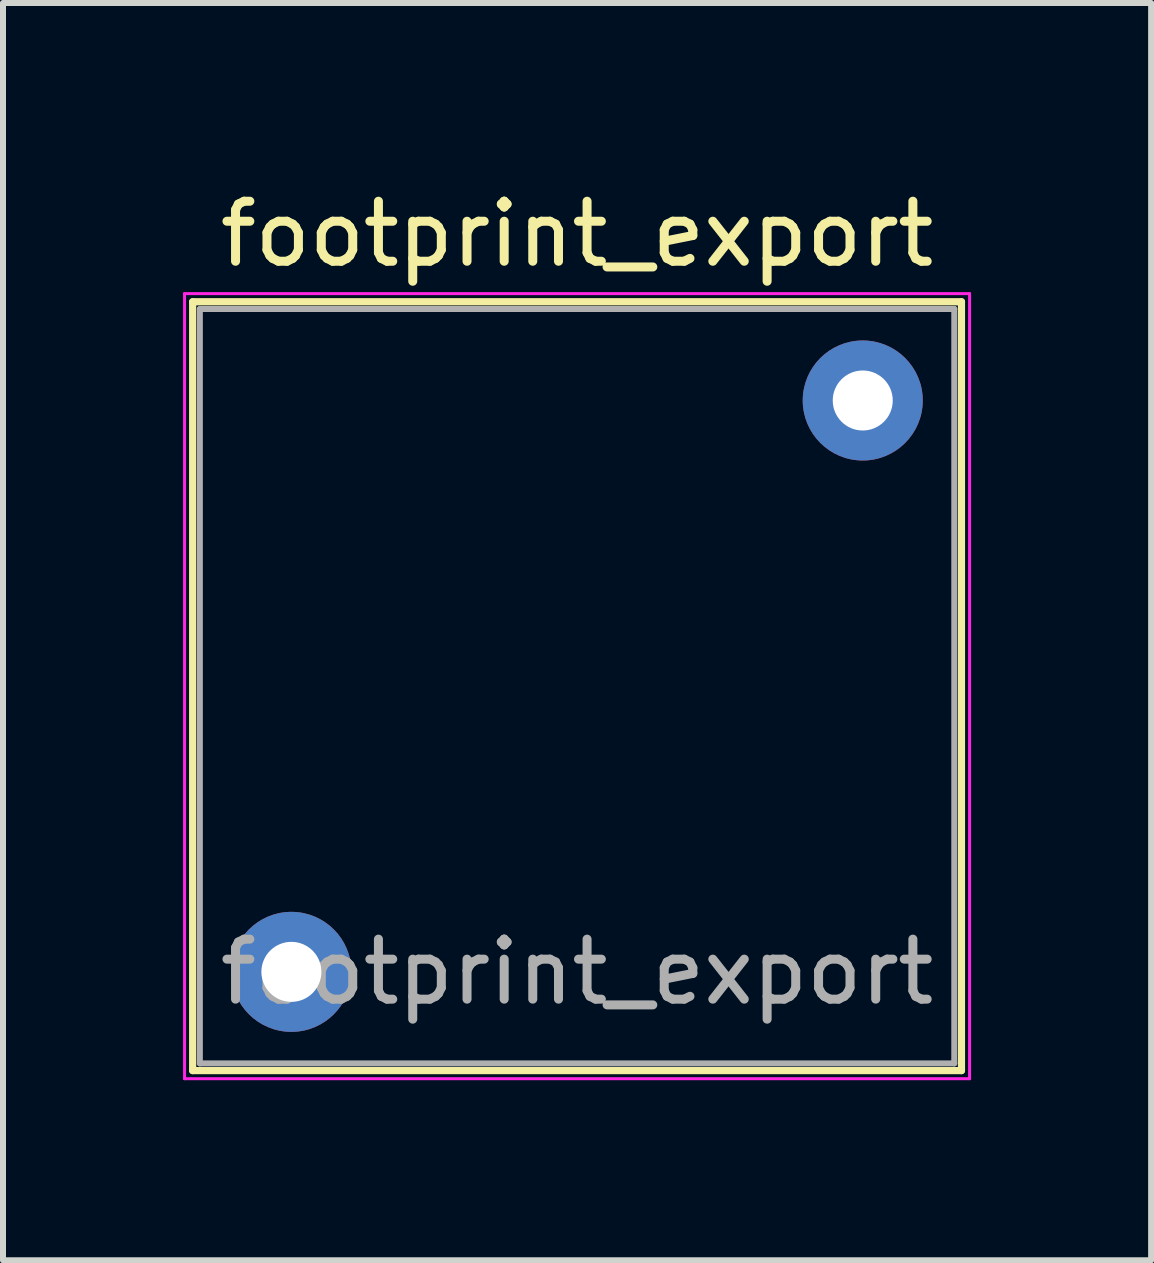
<source format=kicad_pcb>
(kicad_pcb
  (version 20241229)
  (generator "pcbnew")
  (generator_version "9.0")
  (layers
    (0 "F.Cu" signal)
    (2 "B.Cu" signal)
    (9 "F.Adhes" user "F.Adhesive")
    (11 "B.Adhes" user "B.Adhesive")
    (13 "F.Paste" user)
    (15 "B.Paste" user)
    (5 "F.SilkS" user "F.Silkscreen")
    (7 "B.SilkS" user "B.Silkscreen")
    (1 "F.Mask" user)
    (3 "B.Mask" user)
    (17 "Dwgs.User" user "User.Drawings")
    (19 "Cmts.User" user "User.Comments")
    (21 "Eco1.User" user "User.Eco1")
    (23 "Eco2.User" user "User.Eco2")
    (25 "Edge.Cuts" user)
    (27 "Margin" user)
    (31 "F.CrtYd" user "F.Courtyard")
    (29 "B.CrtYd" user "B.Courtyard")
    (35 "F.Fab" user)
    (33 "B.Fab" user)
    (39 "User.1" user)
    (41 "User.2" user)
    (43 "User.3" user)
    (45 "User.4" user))
  (footprint "footprint_export"
    (layer "F.Cu")
    (at 1.805 13.143)
    (property "Reference" "footprint_export" (at 4.76 -12.295 0) (layer "F.SilkS") (effects (font (size 1 1) (thickness 0.15))))
    (attr through_hole)
    (fp_line (start -1.645 -11.165) (end -1.645 1.645) (stroke (width 0.12) (type solid)) (layer "F.SilkS"))
    (fp_line (start -1.645 -11.165) (end 11.165 -11.165) (stroke (width 0.12) (type solid)) (layer "F.SilkS"))
    (fp_line (start -1.645 1.645) (end 11.165 1.645) (stroke (width 0.12) (type solid)) (layer "F.SilkS"))
    (fp_line (start 11.165 -11.165) (end 11.165 1.645) (stroke (width 0.12) (type solid)) (layer "F.SilkS"))
    (fp_line (start -1.78 -11.3) (end -1.78 1.78) (stroke (width 0.05) (type solid)) (layer "F.CrtYd"))
    (fp_line (start -1.78 1.78) (end 11.3 1.78) (stroke (width 0.05) (type solid)) (layer "F.CrtYd"))
    (fp_line (start 11.3 -11.3) (end -1.78 -11.3) (stroke (width 0.05) (type solid)) (layer "F.CrtYd"))
    (fp_line (start 11.3 1.78) (end 11.3 -11.3) (stroke (width 0.05) (type solid)) (layer "F.CrtYd"))
    (fp_line (start -1.525 -11.045) (end -1.525 1.525) (stroke (width 0.1) (type solid)) (layer "F.Fab"))
    (fp_line (start -1.525 1.525) (end 11.045 1.525) (stroke (width 0.1) (type solid)) (layer "F.Fab"))
    (fp_line (start 11.045 -11.045) (end -1.525 -11.045) (stroke (width 0.1) (type solid)) (layer "F.Fab"))
    (fp_line (start 11.045 1.525) (end 11.045 -11.045) (stroke (width 0.1) (type solid)) (layer "F.Fab"))
    (fp_text user "${REFERENCE}" (at 4.76 0 0) (layer "F.Fab") (effects (font (size 1 1) (thickness 0.15))))
    (pad "1" thru_hole circle (at 0 0) (size 2 2) (drill 1) (layers "*.Cu" "*.Mask"))
    (pad "2" thru_hole circle (at 9.52 -9.52) (size 2 2) (drill 1) (layers "*.Cu" "*.Mask")))
  (gr_rect
    (start -3 -3)
    (end 16.13 17.948)
    (stroke (width 0.1) (type default))
    (fill no)
    (layer "Edge.Cuts")))
</source>
